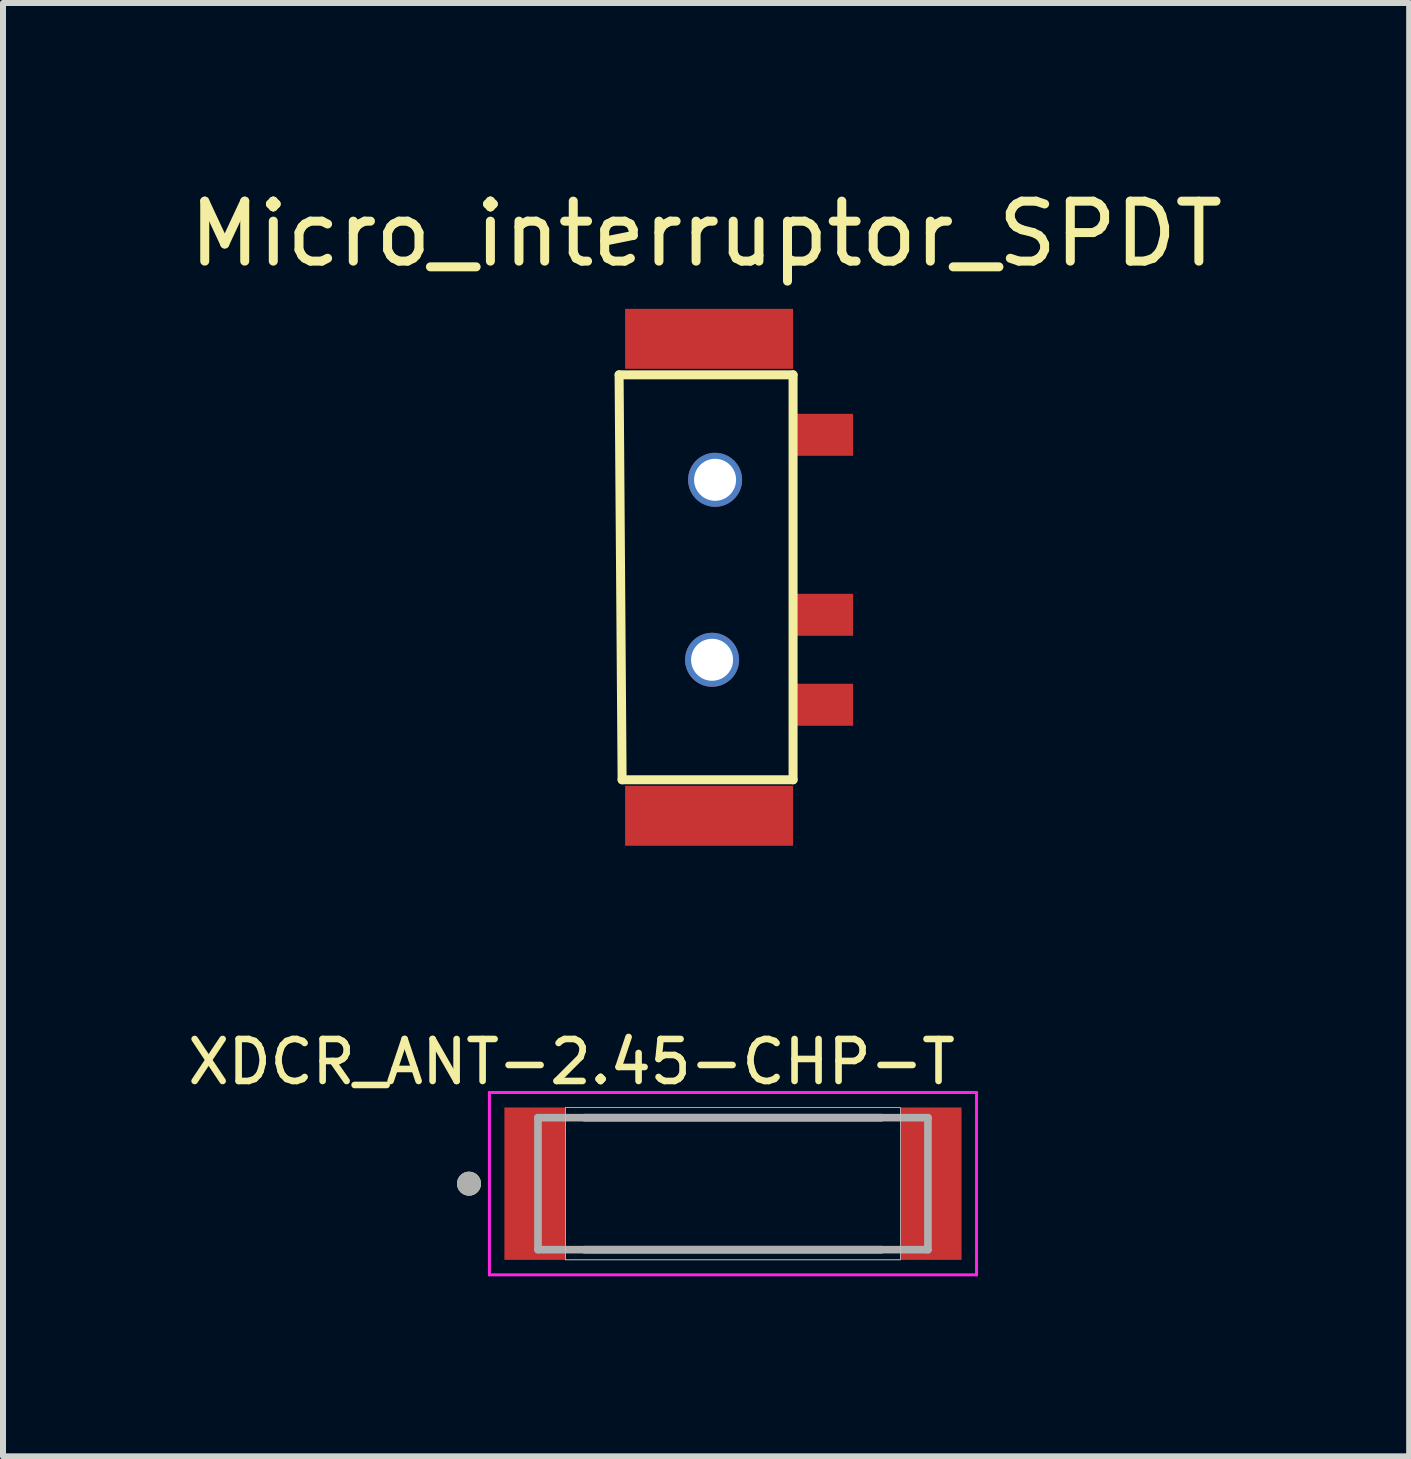
<source format=kicad_pcb>
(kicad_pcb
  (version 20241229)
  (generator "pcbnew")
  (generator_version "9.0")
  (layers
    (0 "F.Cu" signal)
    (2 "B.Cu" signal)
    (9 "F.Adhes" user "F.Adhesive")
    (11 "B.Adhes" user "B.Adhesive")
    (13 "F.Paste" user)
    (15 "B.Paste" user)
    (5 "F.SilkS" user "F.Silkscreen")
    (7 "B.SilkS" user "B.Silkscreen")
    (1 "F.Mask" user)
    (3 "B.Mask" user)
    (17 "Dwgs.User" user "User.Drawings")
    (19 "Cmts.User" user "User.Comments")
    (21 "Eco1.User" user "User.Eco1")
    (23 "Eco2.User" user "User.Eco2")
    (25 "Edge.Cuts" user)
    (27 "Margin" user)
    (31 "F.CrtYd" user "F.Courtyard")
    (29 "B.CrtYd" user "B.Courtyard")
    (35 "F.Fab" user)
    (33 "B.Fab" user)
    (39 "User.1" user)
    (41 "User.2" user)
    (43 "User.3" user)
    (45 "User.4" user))
  (footprint "Micro_interruptor_SPDT"
    (layer "F.Cu")
    (at 7.47 2.698)
    (property "Reference" "Micro_interruptor_SPDT" (at 1.25 -1.85 0) (layer "F.SilkS") (effects (font (size 1 1) (thickness 0.15))))
    (attr through_hole)
    (fp_line (start -0.2 0.5) (end 2.7 0.5) (stroke (width 0.15) (type solid)) (layer "F.SilkS"))
    (fp_line (start -0.15 7.25) (end -0.2 0.5) (stroke (width 0.15) (type solid)) (layer "F.SilkS"))
    (fp_line (start 2.7 0.5) (end 2.7 7.25) (stroke (width 0.15) (type solid)) (layer "F.SilkS"))
    (fp_line (start 2.7 7.25) (end -0.15 7.25) (stroke (width 0.15) (type solid)) (layer "F.SilkS"))
    (pad "" np_thru_hole circle (at 1.35 5.25) (size 0.9 0.9) (drill 0.7) (layers "*.Cu" "*.Mask"))
    (pad "" np_thru_hole circle (at 1.4 2.25) (size 0.9 0.9) (drill 0.7) (layers "*.Cu" "*.Mask"))
    (pad "1" smd rect (at 3.2 1.5 90) (size 0.7 1) (layers "F.Cu" "F.Mask" "F.Paste"))
    (pad "2" smd rect (at 3.2 6 90) (size 0.7 1) (layers "F.Cu" "F.Mask" "F.Paste"))
    (pad "3" smd rect (at 3.2 4.5 90) (size 0.7 1) (layers "F.Cu" "F.Mask" "F.Paste"))
    (pad "NC" smd rect (at 1.3 -0.1) (size 2.8 1) (layers "F.Cu" "F.Mask" "F.Paste"))
    (pad "NC" smd rect (at 1.3 7.85) (size 2.8 1) (layers "F.Cu" "F.Mask" "F.Paste")))
  (footprint "XDCR_ANT-2.45-CHP-T"
    (layer "F.Cu")
    (at 9.168 16.681)
    (property "Reference" "XDCR_ANT-2.45-CHP-T" (at -2.69 -2.03 0) (layer "F.SilkS") (effects (font (size 0.7 0.7) (thickness 0.11))))
    (attr through_hole)
    (fp_line (start -2.474 -1.1) (end 2.474 -1.1) (stroke (width 0.127) (type solid)) (layer "F.SilkS"))
    (fp_line (start 2.474 1.1) (end -2.474 1.1) (stroke (width 0.127) (type solid)) (layer "F.SilkS"))
    (fp_circle (center -4.4 0) (end -4.3 0) (stroke (width 0.2) (type solid)) (fill no) (layer "F.SilkS"))
    (fp_poly (pts (xy -2.794 -1.27) (xy 2.794 -1.27) (xy 2.794 1.27) (xy -2.794 1.27)) (stroke (width 0.01) (type solid)) (fill no) (layer "Dwgs.User"))
    (fp_poly (pts (xy -2.794 -1.27) (xy 2.794 -1.27) (xy 2.794 1.27) (xy -2.794 1.27)) (stroke (width 0.01) (type solid)) (fill no) (layer "Dwgs.User"))
    (fp_line (start -4.06 -1.52) (end 4.06 -1.52) (stroke (width 0.05) (type solid)) (layer "F.CrtYd"))
    (fp_line (start -4.06 1.52) (end -4.06 -1.52) (stroke (width 0.05) (type solid)) (layer "F.CrtYd"))
    (fp_line (start 4.06 -1.52) (end 4.06 1.52) (stroke (width 0.05) (type solid)) (layer "F.CrtYd"))
    (fp_line (start 4.06 1.52) (end -4.06 1.52) (stroke (width 0.05) (type solid)) (layer "F.CrtYd"))
    (fp_line (start -3.25 -1.1) (end 3.25 -1.1) (stroke (width 0.127) (type solid)) (layer "F.Fab"))
    (fp_line (start -3.25 1.1) (end -3.25 -1.1) (stroke (width 0.127) (type solid)) (layer "F.Fab"))
    (fp_line (start 3.25 -1.1) (end 3.25 1.1) (stroke (width 0.127) (type solid)) (layer "F.Fab"))
    (fp_line (start 3.25 1.1) (end -3.25 1.1) (stroke (width 0.127) (type solid)) (layer "F.Fab"))
    (fp_circle (center -4.4 0) (end -4.3 0) (stroke (width 0.2) (type solid)) (fill no) (layer "F.Fab"))
    (pad "1" smd rect (at -3.302 0) (size 1.016 2.54) (layers "F.Cu" "F.Mask" "F.Paste"))
    (pad "2" smd rect (at 3.302 0) (size 1.016 2.54) (layers "F.Cu" "F.Mask" "F.Paste")))
  (gr_rect
    (start -3 -3)
    (end 20.44 21.226)
    (stroke (width 0.1) (type default))
    (fill no)
    (layer "Edge.Cuts")))
</source>
